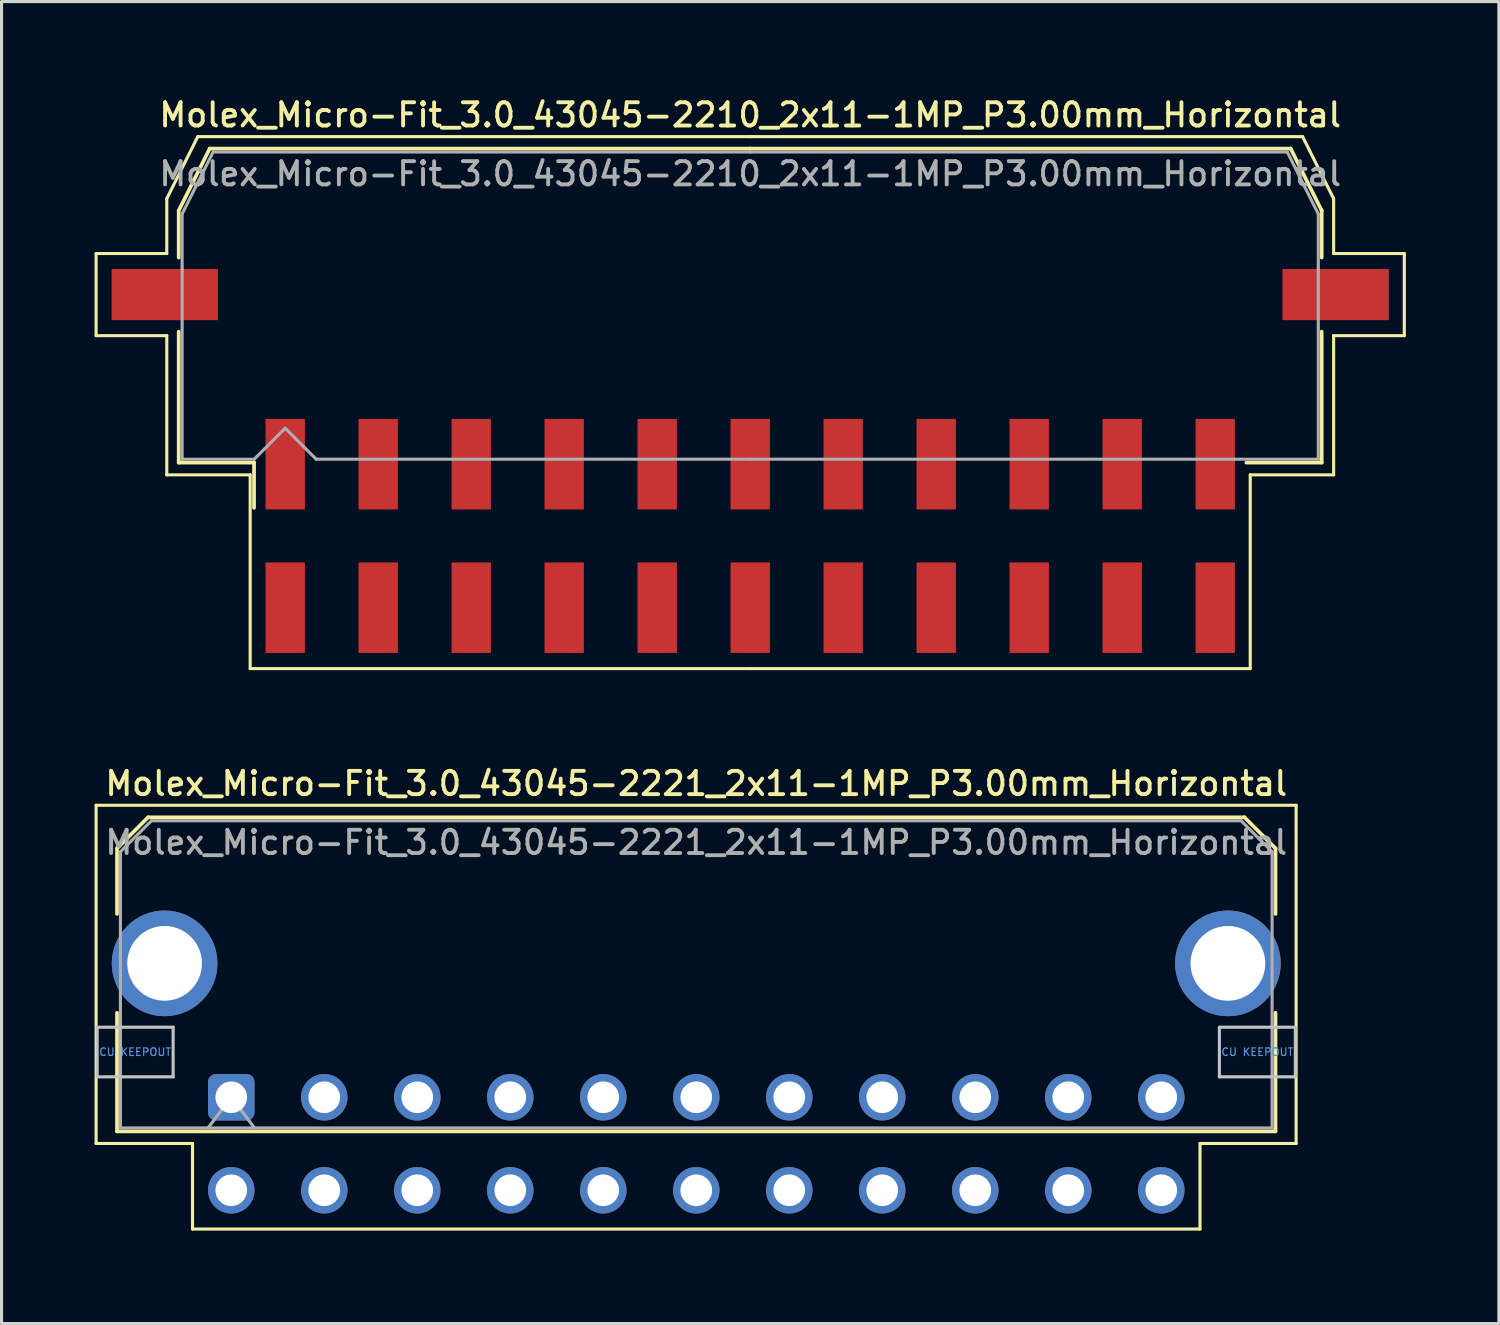
<source format=kicad_pcb>
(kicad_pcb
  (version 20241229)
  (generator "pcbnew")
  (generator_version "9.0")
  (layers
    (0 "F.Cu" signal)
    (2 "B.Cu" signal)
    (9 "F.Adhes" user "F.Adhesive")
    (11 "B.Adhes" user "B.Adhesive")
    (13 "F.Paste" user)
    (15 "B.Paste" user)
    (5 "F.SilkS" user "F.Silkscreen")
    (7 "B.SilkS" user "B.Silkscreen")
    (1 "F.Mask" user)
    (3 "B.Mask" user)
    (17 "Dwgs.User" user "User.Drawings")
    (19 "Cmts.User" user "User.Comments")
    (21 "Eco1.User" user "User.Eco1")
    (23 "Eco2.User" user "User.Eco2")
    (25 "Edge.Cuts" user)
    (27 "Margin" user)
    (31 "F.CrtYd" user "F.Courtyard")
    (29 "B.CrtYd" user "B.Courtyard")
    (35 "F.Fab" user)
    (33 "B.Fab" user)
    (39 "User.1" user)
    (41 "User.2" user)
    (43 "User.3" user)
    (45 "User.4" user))
  (footprint "Molex_Micro-Fit_3.0_43045-2221_2x11-1MP_P3.00mm_Horizontal"
    (layer "F.Cu")
    (at 4.41 32.346)
    (property "Reference" "Molex_Micro-Fit_3.0_43045-2221_2x11-1MP_P3.00mm_Horizontal" (at 15 -10.12 0) (layer "F.SilkS") (effects (font (size 0.75 0.75) (thickness 0.125))))
    (attr through_hole)
    (fp_line (start -4.36 -9.42) (end 34.35 -9.42) (stroke (width 0.1) (type solid)) (layer "F.SilkS"))
    (fp_line (start -4.36 1.49) (end -4.36 -9.42) (stroke (width 0.1) (type solid)) (layer "F.SilkS"))
    (fp_line (start -3.685 -8.03) (end -2.685 -9.03) (stroke (width 0.12) (type solid)) (layer "F.SilkS"))
    (fp_line (start -3.685 -5.915) (end -3.685 -8.03) (stroke (width 0.12) (type solid)) (layer "F.SilkS"))
    (fp_line (start -3.685 -2.725) (end -3.685 1.1) (stroke (width 0.12) (type solid)) (layer "F.SilkS"))
    (fp_line (start -3.685 1.1) (end 33.685 1.1) (stroke (width 0.12) (type solid)) (layer "F.SilkS"))
    (fp_line (start -2.685 -9.03) (end 32.685 -9.03) (stroke (width 0.12) (type solid)) (layer "F.SilkS"))
    (fp_line (start -1.25 1.49) (end -4.36 1.49) (stroke (width 0.1) (type solid)) (layer "F.SilkS"))
    (fp_line (start -1.25 4.25) (end -1.25 1.49) (stroke (width 0.1) (type solid)) (layer "F.SilkS"))
    (fp_line (start 31.25 1.49) (end 31.25 4.25) (stroke (width 0.1) (type solid)) (layer "F.SilkS"))
    (fp_line (start 31.25 4.25) (end -1.25 4.25) (stroke (width 0.1) (type solid)) (layer "F.SilkS"))
    (fp_line (start 32.685 -9.03) (end 33.685 -8.03) (stroke (width 0.12) (type solid)) (layer "F.SilkS"))
    (fp_line (start 33.685 -8.03) (end 33.685 -5.915) (stroke (width 0.12) (type solid)) (layer "F.SilkS"))
    (fp_line (start 33.685 1.1) (end 33.685 -2.725) (stroke (width 0.12) (type solid)) (layer "F.SilkS"))
    (fp_line (start 34.35 -9.42) (end 34.35 1.49) (stroke (width 0.1) (type solid)) (layer "F.SilkS"))
    (fp_line (start 34.35 1.49) (end 31.25 1.49) (stroke (width 0.1) (type solid)) (layer "F.SilkS"))
    (fp_line (start -4.325 -2.26) (end -4.325 -0.66) (stroke (width 0.1) (type solid)) (layer "Dwgs.User"))
    (fp_line (start -4.325 -0.66) (end -1.875 -0.66) (stroke (width 0.1) (type solid)) (layer "Dwgs.User"))
    (fp_line (start -1.875 -2.26) (end -4.325 -2.26) (stroke (width 0.1) (type solid)) (layer "Dwgs.User"))
    (fp_line (start -1.875 -0.66) (end -1.875 -2.26) (stroke (width 0.1) (type solid)) (layer "Dwgs.User"))
    (fp_line (start 31.875 -2.26) (end 31.875 -0.66) (stroke (width 0.1) (type solid)) (layer "Dwgs.User"))
    (fp_line (start 31.875 -0.66) (end 34.325 -0.66) (stroke (width 0.1) (type solid)) (layer "Dwgs.User"))
    (fp_line (start 34.325 -2.26) (end 31.875 -2.26) (stroke (width 0.1) (type solid)) (layer "Dwgs.User"))
    (fp_line (start 34.325 -0.66) (end 34.325 -2.26) (stroke (width 0.1) (type solid)) (layer "Dwgs.User"))
    (fp_line (start -3.575 -7.92) (end -2.575 -8.92) (stroke (width 0.1) (type solid)) (layer "F.Fab"))
    (fp_line (start -3.575 0.99) (end -3.575 -7.92) (stroke (width 0.1) (type solid)) (layer "F.Fab"))
    (fp_line (start -2.575 -8.92) (end 32.575 -8.92) (stroke (width 0.1) (type solid)) (layer "F.Fab"))
    (fp_line (start -0.75 0.99) (end 0 0) (stroke (width 0.1) (type solid)) (layer "F.Fab"))
    (fp_line (start 0 0) (end 0.75 0.99) (stroke (width 0.1) (type solid)) (layer "F.Fab"))
    (fp_line (start 32.575 -8.92) (end 33.575 -7.92) (stroke (width 0.1) (type solid)) (layer "F.Fab"))
    (fp_line (start 33.575 -7.92) (end 33.575 0.99) (stroke (width 0.1) (type solid)) (layer "F.Fab"))
    (fp_line (start 33.575 0.99) (end -3.575 0.99) (stroke (width 0.1) (type solid)) (layer "F.Fab"))
    (fp_text user "CU KEEPOUT" (at 33.1 -1.46 0) (layer "Cmts.User") (effects (font (size 0.245 0.245) (thickness 0.037))))
    (fp_text user "CU KEEPOUT" (at -3.1 -1.46 0) (layer "Cmts.User") (effects (font (size 0.245 0.245) (thickness 0.037))))
    (fp_text user "${REFERENCE}" (at 15 -8.22 0) (layer "F.Fab") (effects (font (size 0.75 0.75) (thickness 0.125))))
    (pad "1" thru_hole roundrect (at 0 0) (size 1.5 1.5) (drill 1.02) (layers "*.Cu" "*.Mask") (roundrect_rratio 0.167))
    (pad "2" thru_hole circle (at 3 0) (size 1.5 1.5) (drill 1.02) (layers "*.Cu" "*.Mask"))
    (pad "3" thru_hole circle (at 6 0) (size 1.5 1.5) (drill 1.02) (layers "*.Cu" "*.Mask"))
    (pad "4" thru_hole circle (at 9 0) (size 1.5 1.5) (drill 1.02) (layers "*.Cu" "*.Mask"))
    (pad "5" thru_hole circle (at 12 0) (size 1.5 1.5) (drill 1.02) (layers "*.Cu" "*.Mask"))
    (pad "6" thru_hole circle (at 15 0) (size 1.5 1.5) (drill 1.02) (layers "*.Cu" "*.Mask"))
    (pad "7" thru_hole circle (at 18 0) (size 1.5 1.5) (drill 1.02) (layers "*.Cu" "*.Mask"))
    (pad "8" thru_hole circle (at 21 0) (size 1.5 1.5) (drill 1.02) (layers "*.Cu" "*.Mask"))
    (pad "9" thru_hole circle (at 24 0) (size 1.5 1.5) (drill 1.02) (layers "*.Cu" "*.Mask"))
    (pad "10" thru_hole circle (at 27 0) (size 1.5 1.5) (drill 1.02) (layers "*.Cu" "*.Mask"))
    (pad "11" thru_hole circle (at 30 0) (size 1.5 1.5) (drill 1.02) (layers "*.Cu" "*.Mask"))
    (pad "12" thru_hole circle (at 0 3) (size 1.5 1.5) (drill 1.02) (layers "*.Cu" "*.Mask"))
    (pad "13" thru_hole circle (at 3 3) (size 1.5 1.5) (drill 1.02) (layers "*.Cu" "*.Mask"))
    (pad "14" thru_hole circle (at 6 3) (size 1.5 1.5) (drill 1.02) (layers "*.Cu" "*.Mask"))
    (pad "15" thru_hole circle (at 9 3) (size 1.5 1.5) (drill 1.02) (layers "*.Cu" "*.Mask"))
    (pad "16" thru_hole circle (at 12 3) (size 1.5 1.5) (drill 1.02) (layers "*.Cu" "*.Mask"))
    (pad "17" thru_hole circle (at 15 3) (size 1.5 1.5) (drill 1.02) (layers "*.Cu" "*.Mask"))
    (pad "18" thru_hole circle (at 18 3) (size 1.5 1.5) (drill 1.02) (layers "*.Cu" "*.Mask"))
    (pad "19" thru_hole circle (at 21 3) (size 1.5 1.5) (drill 1.02) (layers "*.Cu" "*.Mask"))
    (pad "20" thru_hole circle (at 24 3) (size 1.5 1.5) (drill 1.02) (layers "*.Cu" "*.Mask"))
    (pad "21" thru_hole circle (at 27 3) (size 1.5 1.5) (drill 1.02) (layers "*.Cu" "*.Mask"))
    (pad "22" thru_hole circle (at 30 3) (size 1.5 1.5) (drill 1.02) (layers "*.Cu" "*.Mask"))
    (pad "MP" thru_hole circle (at -2.15 -4.32) (size 3.41 3.41) (drill 2.41) (layers "*.Cu" "*.Mask"))
    (pad "MP" thru_hole circle (at 32.15 -4.32) (size 3.41 3.41) (drill 2.41) (layers "*.Cu" "*.Mask")))
  (footprint "Molex_Micro-Fit_3.0_43045-2210_2x11-1MP_P3.00mm_Horizontal"
    (layer "F.Cu")
    (at 21.15 14.238)
    (property "Reference" "Molex_Micro-Fit_3.0_43045-2210_2x11-1MP_P3.00mm_Horizontal" (at 0 -13.58 0) (layer "F.SilkS") (effects (font (size 0.75 0.75) (thickness 0.125))))
    (attr smd)
    (fp_line (start -21.1 -9.11) (end -21.1 -6.46) (stroke (width 0.1) (type solid)) (layer "F.SilkS"))
    (fp_line (start -21.1 -6.46) (end -18.82 -6.46) (stroke (width 0.1) (type solid)) (layer "F.SilkS"))
    (fp_line (start -18.82 -10.88) (end -18.82 -9.11) (stroke (width 0.1) (type solid)) (layer "F.SilkS"))
    (fp_line (start -18.82 -9.11) (end -21.1 -9.11) (stroke (width 0.1) (type solid)) (layer "F.SilkS"))
    (fp_line (start -18.82 -6.46) (end -18.82 -1.97) (stroke (width 0.1) (type solid)) (layer "F.SilkS"))
    (fp_line (start -18.82 -1.97) (end -16.13 -1.97) (stroke (width 0.1) (type solid)) (layer "F.SilkS"))
    (fp_line (start -18.435 -10.495) (end -18.435 -8.98) (stroke (width 0.12) (type solid)) (layer "F.SilkS"))
    (fp_line (start -18.435 -6.59) (end -18.435 -2.365) (stroke (width 0.12) (type solid)) (layer "F.SilkS"))
    (fp_line (start -18.435 -2.365) (end -16.005 -2.365) (stroke (width 0.12) (type solid)) (layer "F.SilkS"))
    (fp_line (start -17.82 -12.88) (end -18.82 -10.88) (stroke (width 0.1) (type solid)) (layer "F.SilkS"))
    (fp_line (start -17.435 -12.495) (end -18.435 -10.495) (stroke (width 0.12) (type solid)) (layer "F.SilkS"))
    (fp_line (start -16.13 -1.97) (end -16.13 4.28) (stroke (width 0.1) (type solid)) (layer "F.SilkS"))
    (fp_line (start -16.13 4.28) (end 0 4.28) (stroke (width 0.1) (type solid)) (layer "F.SilkS"))
    (fp_line (start -16.005 -2.365) (end -16.005 -0.905) (stroke (width 0.12) (type solid)) (layer "F.SilkS"))
    (fp_line (start 0 -12.88) (end -17.82 -12.88) (stroke (width 0.1) (type solid)) (layer "F.SilkS"))
    (fp_line (start 0 -12.88) (end 17.82 -12.88) (stroke (width 0.1) (type solid)) (layer "F.SilkS"))
    (fp_line (start 0 -12.495) (end -17.435 -12.495) (stroke (width 0.12) (type solid)) (layer "F.SilkS"))
    (fp_line (start 0 -12.495) (end 17.435 -12.495) (stroke (width 0.12) (type solid)) (layer "F.SilkS"))
    (fp_line (start 16.13 -1.97) (end 16.13 4.28) (stroke (width 0.1) (type solid)) (layer "F.SilkS"))
    (fp_line (start 16.13 4.28) (end 0 4.28) (stroke (width 0.1) (type solid)) (layer "F.SilkS"))
    (fp_line (start 17.435 -12.495) (end 18.435 -10.495) (stroke (width 0.12) (type solid)) (layer "F.SilkS"))
    (fp_line (start 17.82 -12.88) (end 18.82 -10.88) (stroke (width 0.1) (type solid)) (layer "F.SilkS"))
    (fp_line (start 18.435 -10.495) (end 18.435 -8.98) (stroke (width 0.12) (type solid)) (layer "F.SilkS"))
    (fp_line (start 18.435 -6.59) (end 18.435 -2.365) (stroke (width 0.12) (type solid)) (layer "F.SilkS"))
    (fp_line (start 18.435 -2.365) (end 16.005 -2.365) (stroke (width 0.12) (type solid)) (layer "F.SilkS"))
    (fp_line (start 18.82 -10.88) (end 18.82 -9.11) (stroke (width 0.1) (type solid)) (layer "F.SilkS"))
    (fp_line (start 18.82 -9.11) (end 21.1 -9.11) (stroke (width 0.1) (type solid)) (layer "F.SilkS"))
    (fp_line (start 18.82 -6.46) (end 18.82 -1.97) (stroke (width 0.1) (type solid)) (layer "F.SilkS"))
    (fp_line (start 18.82 -1.97) (end 16.13 -1.97) (stroke (width 0.1) (type solid)) (layer "F.SilkS"))
    (fp_line (start 21.1 -9.11) (end 21.1 -6.46) (stroke (width 0.1) (type solid)) (layer "F.SilkS"))
    (fp_line (start 21.1 -6.46) (end 18.82 -6.46) (stroke (width 0.1) (type solid)) (layer "F.SilkS"))
    (fp_line (start -18.325 -10.385) (end -18.325 -8.61) (stroke (width 0.1) (type solid)) (layer "F.Fab"))
    (fp_line (start -18.325 -8.61) (end -18.325 -2.475) (stroke (width 0.1) (type solid)) (layer "F.Fab"))
    (fp_line (start -18.325 -2.475) (end -16 -2.475) (stroke (width 0.1) (type solid)) (layer "F.Fab"))
    (fp_line (start -17.325 -12.385) (end -18.325 -10.385) (stroke (width 0.1) (type solid)) (layer "F.Fab"))
    (fp_line (start -16 -2.475) (end -15 -3.475) (stroke (width 0.1) (type solid)) (layer "F.Fab"))
    (fp_line (start -15 -3.475) (end -14 -2.475) (stroke (width 0.1) (type solid)) (layer "F.Fab"))
    (fp_line (start -14 -2.475) (end 0 -2.475) (stroke (width 0.1) (type solid)) (layer "F.Fab"))
    (fp_line (start 0 -12.385) (end -17.325 -12.385) (stroke (width 0.1) (type solid)) (layer "F.Fab"))
    (fp_line (start 0 -12.385) (end 17.325 -12.385) (stroke (width 0.1) (type solid)) (layer "F.Fab"))
    (fp_line (start 15.635 -2.475) (end 0 -2.475) (stroke (width 0.1) (type solid)) (layer "F.Fab"))
    (fp_line (start 17.325 -12.385) (end 18.325 -10.385) (stroke (width 0.1) (type solid)) (layer "F.Fab"))
    (fp_line (start 18.325 -10.385) (end 18.325 -8.61) (stroke (width 0.1) (type solid)) (layer "F.Fab"))
    (fp_line (start 18.325 -8.61) (end 18.325 -2.475) (stroke (width 0.1) (type solid)) (layer "F.Fab"))
    (fp_line (start 18.325 -2.475) (end 15.635 -2.475) (stroke (width 0.1) (type solid)) (layer "F.Fab"))
    (fp_text user "${REFERENCE}" (at 0 -11.68 0) (layer "F.Fab") (effects (font (size 0.75 0.75) (thickness 0.125))))
    (pad "1" smd rect (at -15 -2.315) (size 1.27 2.92) (layers "F.Cu" "F.Mask" "F.Paste"))
    (pad "2" smd rect (at -12 -2.315) (size 1.27 2.92) (layers "F.Cu" "F.Mask" "F.Paste"))
    (pad "3" smd rect (at -9 -2.315) (size 1.27 2.92) (layers "F.Cu" "F.Mask" "F.Paste"))
    (pad "4" smd rect (at -6 -2.315) (size 1.27 2.92) (layers "F.Cu" "F.Mask" "F.Paste"))
    (pad "5" smd rect (at -3 -2.315) (size 1.27 2.92) (layers "F.Cu" "F.Mask" "F.Paste"))
    (pad "6" smd rect (at 0 -2.315) (size 1.27 2.92) (layers "F.Cu" "F.Mask" "F.Paste"))
    (pad "7" smd rect (at 3 -2.315) (size 1.27 2.92) (layers "F.Cu" "F.Mask" "F.Paste"))
    (pad "8" smd rect (at 6 -2.315) (size 1.27 2.92) (layers "F.Cu" "F.Mask" "F.Paste"))
    (pad "9" smd rect (at 9 -2.315) (size 1.27 2.92) (layers "F.Cu" "F.Mask" "F.Paste"))
    (pad "10" smd rect (at 12 -2.315) (size 1.27 2.92) (layers "F.Cu" "F.Mask" "F.Paste"))
    (pad "11" smd rect (at 15 -2.315) (size 1.27 2.92) (layers "F.Cu" "F.Mask" "F.Paste"))
    (pad "12" smd rect (at -15 2.315) (size 1.27 2.92) (layers "F.Cu" "F.Mask" "F.Paste"))
    (pad "13" smd rect (at -12 2.315) (size 1.27 2.92) (layers "F.Cu" "F.Mask" "F.Paste"))
    (pad "14" smd rect (at -9 2.315) (size 1.27 2.92) (layers "F.Cu" "F.Mask" "F.Paste"))
    (pad "15" smd rect (at -6 2.315) (size 1.27 2.92) (layers "F.Cu" "F.Mask" "F.Paste"))
    (pad "16" smd rect (at -3 2.315) (size 1.27 2.92) (layers "F.Cu" "F.Mask" "F.Paste"))
    (pad "17" smd rect (at 0 2.315) (size 1.27 2.92) (layers "F.Cu" "F.Mask" "F.Paste"))
    (pad "18" smd rect (at 3 2.315) (size 1.27 2.92) (layers "F.Cu" "F.Mask" "F.Paste"))
    (pad "19" smd rect (at 6 2.315) (size 1.27 2.92) (layers "F.Cu" "F.Mask" "F.Paste"))
    (pad "20" smd rect (at 9 2.315) (size 1.27 2.92) (layers "F.Cu" "F.Mask" "F.Paste"))
    (pad "21" smd rect (at 12 2.315) (size 1.27 2.92) (layers "F.Cu" "F.Mask" "F.Paste"))
    (pad "22" smd rect (at 15 2.315) (size 1.27 2.92) (layers "F.Cu" "F.Mask" "F.Paste"))
    (pad "MP" smd rect (at -18.885 -7.785) (size 3.43 1.65) (layers "F.Cu" "F.Mask" "F.Paste"))
    (pad "MP" smd rect (at 18.885 -7.785) (size 3.43 1.65) (layers "F.Cu" "F.Mask" "F.Paste")))
  (gr_rect
    (start -3 -3)
    (end 45.3 39.646)
    (stroke (width 0.1) (type default))
    (fill no)
    (layer "Edge.Cuts")))
</source>
